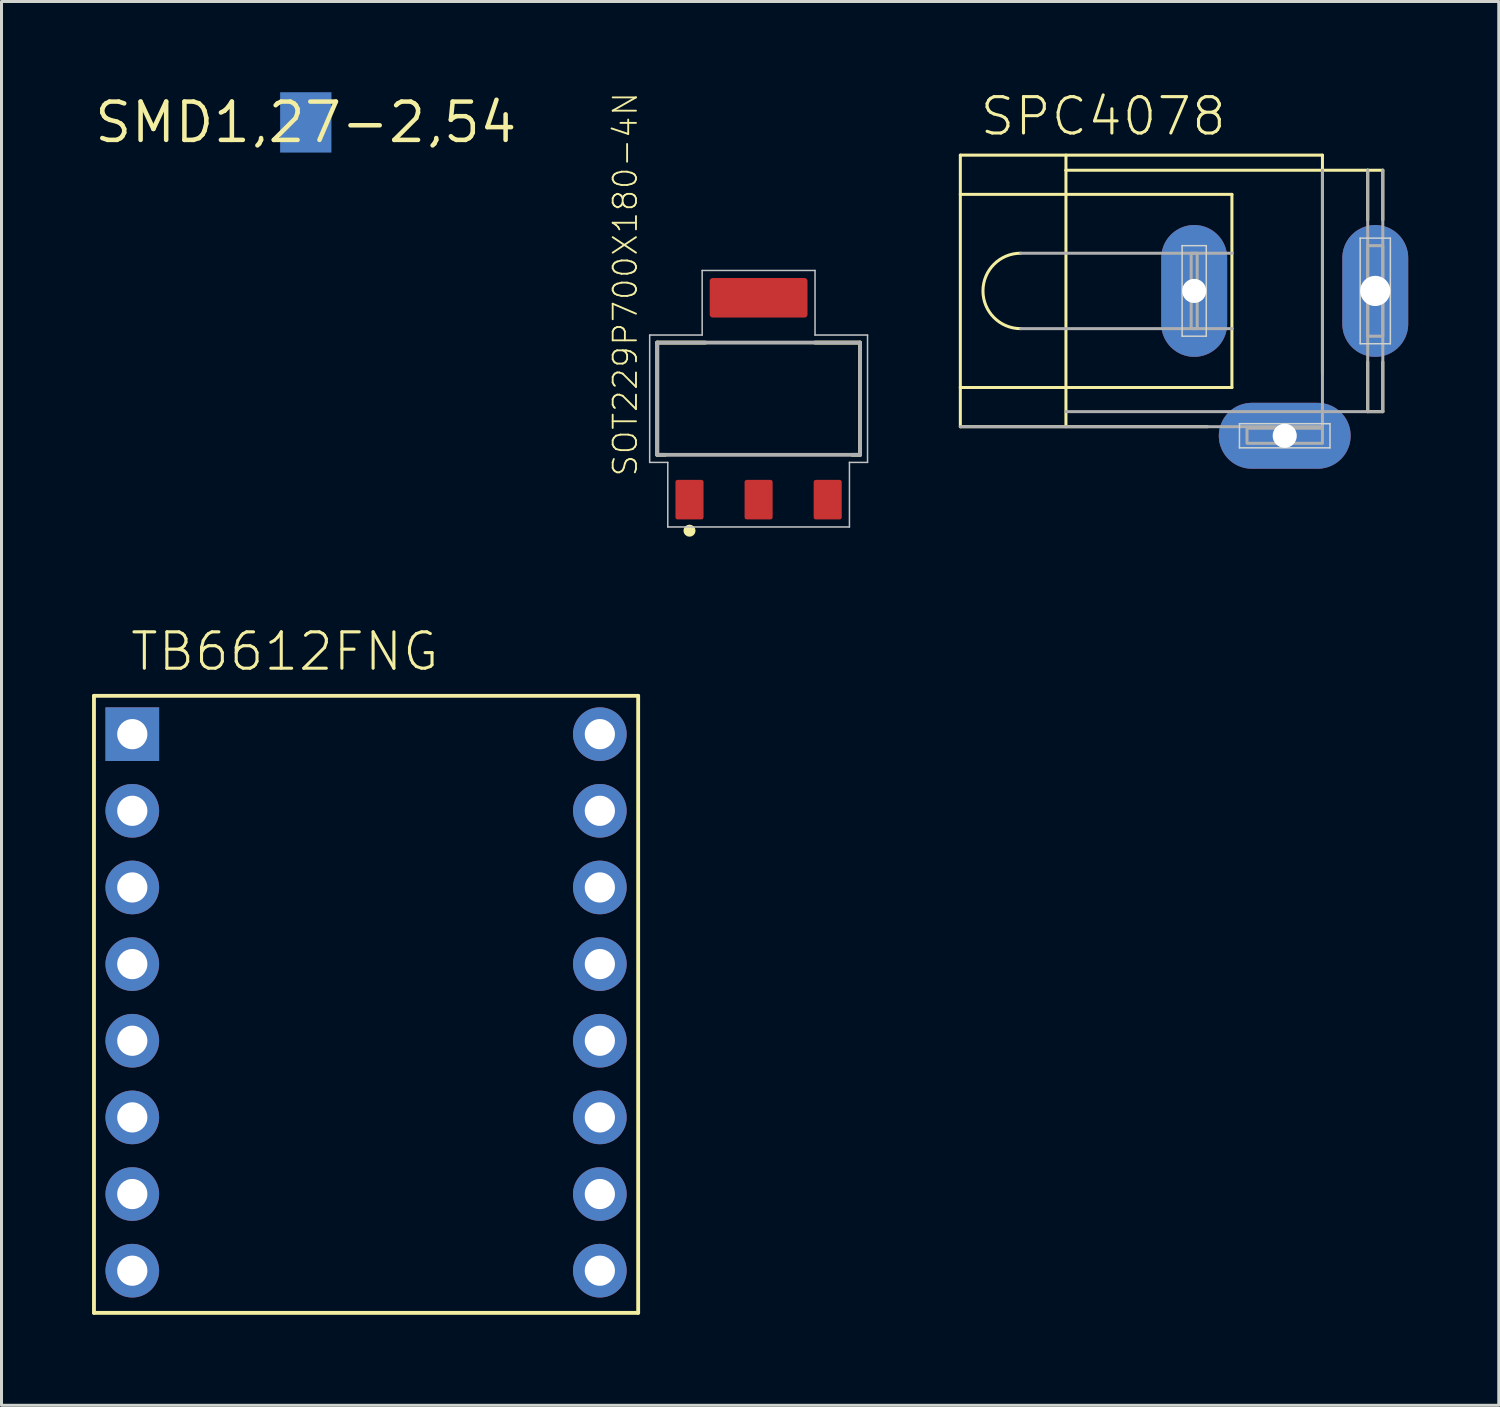
<source format=kicad_pcb>
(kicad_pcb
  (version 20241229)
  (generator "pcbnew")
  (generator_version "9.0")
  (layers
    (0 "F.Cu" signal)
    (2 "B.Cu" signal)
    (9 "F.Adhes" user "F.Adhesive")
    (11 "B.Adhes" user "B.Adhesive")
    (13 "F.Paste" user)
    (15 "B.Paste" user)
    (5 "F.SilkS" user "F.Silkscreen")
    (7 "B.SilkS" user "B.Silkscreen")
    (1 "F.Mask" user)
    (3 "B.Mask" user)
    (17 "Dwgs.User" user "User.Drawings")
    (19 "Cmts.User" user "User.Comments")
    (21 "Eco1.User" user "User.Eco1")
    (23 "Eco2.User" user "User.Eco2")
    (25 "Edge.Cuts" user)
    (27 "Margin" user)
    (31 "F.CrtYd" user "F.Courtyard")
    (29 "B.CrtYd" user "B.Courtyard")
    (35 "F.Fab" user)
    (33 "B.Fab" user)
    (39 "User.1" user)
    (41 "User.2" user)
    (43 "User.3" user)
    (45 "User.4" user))
  (footprint "SPC4078"
    (layer "F.Cu")
    (at 39.524 6.591)
    (property "Reference" "SPC4078" (at -10.16 -5.08 0) (layer "F.SilkS") (effects (font (size 1.206 1.206) (thickness 0.102)) (justify left bottom)))
    (attr through_hole)
    (fp_line (start -10.75 -4.5) (end 1.25 -4.5) (stroke (width 0.1) (type solid)) (layer "F.SilkS"))
    (fp_line (start -10.75 -3.2) (end -10.75 -4.5) (stroke (width 0.1) (type solid)) (layer "F.SilkS"))
    (fp_line (start -10.75 -3.2) (end -1.75 -3.2) (stroke (width 0.1) (type solid)) (layer "F.SilkS"))
    (fp_line (start -10.75 3.2) (end -10.75 -3.2) (stroke (width 0.1) (type solid)) (layer "F.SilkS"))
    (fp_line (start -10.75 3.2) (end -1.75 3.2) (stroke (width 0.1) (type solid)) (layer "F.SilkS"))
    (fp_line (start -10.75 4.5) (end -10.75 3.2) (stroke (width 0.1) (type solid)) (layer "F.SilkS"))
    (fp_line (start -10.75 4.5) (end -2.56 4.5) (stroke (width 0.1) (type solid)) (layer "F.SilkS"))
    (fp_line (start -7.25 -4) (end -7.25 -4.5) (stroke (width 0.1) (type solid)) (layer "F.SilkS"))
    (fp_line (start -7.25 -4) (end 1.25 -4) (stroke (width 0.1) (type solid)) (layer "F.SilkS"))
    (fp_line (start -7.25 4.5) (end -7.25 -4) (stroke (width 0.1) (type solid)) (layer "F.SilkS"))
    (fp_line (start -1.75 -1.25) (end -1.75 -3.2) (stroke (width 0.1) (type solid)) (layer "F.SilkS"))
    (fp_line (start -1.75 1.25) (end -1.75 -1.25) (stroke (width 0.1) (type solid)) (layer "F.SilkS"))
    (fp_line (start -1.75 3.2) (end -1.75 1.25) (stroke (width 0.1) (type solid)) (layer "F.SilkS"))
    (fp_line (start 1.25 -4) (end 1.25 -4.5) (stroke (width 0.1) (type solid)) (layer "F.SilkS"))
    (fp_line (start 1.25 -4) (end 2.75 -4) (stroke (width 0.1) (type solid)) (layer "F.SilkS"))
    (fp_line (start 1.25 2.73) (end 1.25 -4) (stroke (width 0.1) (type solid)) (layer "F.SilkS"))
    (fp_line (start 2.75 -4) (end 3.25 -4) (stroke (width 0.1) (type solid)) (layer "F.SilkS"))
    (fp_line (start 2.75 -2.35) (end 2.75 -4) (stroke (width 0.1) (type solid)) (layer "F.SilkS"))
    (fp_line (start 2.75 4) (end 2.75 2.35) (stroke (width 0.1) (type solid)) (layer "F.SilkS"))
    (fp_line (start 2.75 4) (end 3.25 4) (stroke (width 0.1) (type solid)) (layer "F.SilkS"))
    (fp_line (start 3.25 -2.35) (end 3.25 -4) (stroke (width 0.1) (type solid)) (layer "F.SilkS"))
    (fp_line (start 3.25 4) (end 3.25 2.35) (stroke (width 0.1) (type solid)) (layer "F.SilkS"))
    (fp_arc (start -8.75 1.25) (mid -10 0) (end -8.75 -1.25) (stroke (width 0.1) (type solid)) (layer "F.SilkS"))
    (fp_line (start -3.4 -1.5) (end -2.6 -1.5) (stroke (width 0.05) (type solid)) (layer "Edge.Cuts"))
    (fp_line (start -3.4 1.5) (end -3.4 -1.5) (stroke (width 0.05) (type solid)) (layer "Edge.Cuts"))
    (fp_line (start -2.6 -1.5) (end -2.6 1.5) (stroke (width 0.05) (type solid)) (layer "Edge.Cuts"))
    (fp_line (start -2.6 1.5) (end -3.4 1.5) (stroke (width 0.05) (type solid)) (layer "Edge.Cuts"))
    (fp_line (start -1.5 4.4) (end 1.5 4.4) (stroke (width 0.05) (type solid)) (layer "Edge.Cuts"))
    (fp_line (start -1.5 5.2) (end -1.5 4.4) (stroke (width 0.05) (type solid)) (layer "Edge.Cuts"))
    (fp_line (start 1.5 4.4) (end 1.5 5.2) (stroke (width 0.05) (type solid)) (layer "Edge.Cuts"))
    (fp_line (start 1.5 5.2) (end -1.5 5.2) (stroke (width 0.05) (type solid)) (layer "Edge.Cuts"))
    (fp_line (start 2.5 -1.75) (end 3.5 -1.75) (stroke (width 0.05) (type solid)) (layer "Edge.Cuts"))
    (fp_line (start 2.5 1.75) (end 2.5 -1.75) (stroke (width 0.05) (type solid)) (layer "Edge.Cuts"))
    (fp_line (start 3.5 -1.75) (end 3.5 1.75) (stroke (width 0.05) (type solid)) (layer "Edge.Cuts"))
    (fp_line (start 3.5 1.75) (end 2.5 1.75) (stroke (width 0.05) (type solid)) (layer "Edge.Cuts"))
    (fp_line (start -10.75 4.5) (end 1.25 4.5) (stroke (width 0.1) (type solid)) (layer "F.Fab"))
    (fp_line (start -8.75 -1.25) (end -1.75 -1.25) (stroke (width 0.1) (type solid)) (layer "F.Fab"))
    (fp_line (start -8.75 1.25) (end -1.75 1.25) (stroke (width 0.1) (type solid)) (layer "F.Fab"))
    (fp_line (start -7.25 4) (end 1.25 4) (stroke (width 0.1) (type solid)) (layer "F.Fab"))
    (fp_line (start 1.25 4) (end 1.25 -4) (stroke (width 0.1) (type solid)) (layer "F.Fab"))
    (fp_line (start 1.25 4) (end 2.75 4) (stroke (width 0.1) (type solid)) (layer "F.Fab"))
    (fp_line (start 1.25 4.5) (end 1.25 4) (stroke (width 0.1) (type solid)) (layer "F.Fab"))
    (fp_line (start 2.75 4) (end 2.75 -4) (stroke (width 0.1) (type solid)) (layer "F.Fab"))
    (fp_line (start 2.75 4) (end 3.25 4) (stroke (width 0.1) (type solid)) (layer "F.Fab"))
    (fp_line (start 3.25 4) (end 3.25 -4) (stroke (width 0.1) (type solid)) (layer "F.Fab"))
    (fp_poly (pts (xy -3.1 1.25) (xy -2.9 1.25) (xy -2.9 -1.25) (xy -3.1 -1.25)) (stroke (width 0.1) (type solid)) (fill no) (layer "F.Fab"))
    (fp_poly (pts (xy -1.25 5.05) (xy 1.25 5.05) (xy 1.25 4.55) (xy -1.25 4.55)) (stroke (width 0.1) (type solid)) (fill no) (layer "F.Fab"))
    (fp_poly (pts (xy 2.75 1.5) (xy 3.25 1.5) (xy 3.25 -1.5) (xy 2.75 -1.5)) (stroke (width 0.1) (type solid)) (fill no) (layer "F.Fab"))
    (pad "1" thru_hole oval (at -3 0 90) (size 4.369 2.184) (drill 0.8) (layers "*.Cu" "*.Mask"))
    (pad "2" thru_hole oval (at 0 4.8) (size 4.369 2.184) (drill 0.8) (layers "*.Cu" "*.Mask"))
    (pad "3" thru_hole oval (at 3 0 90) (size 4.369 2.184) (drill 1) (layers "*.Cu" "*.Mask")))
  (footprint "TB6612FNG"
    (layer "F.Cu")
    (at 8.954 27.629)
    (property "Reference" "TB6612FNG" (at -7.747 -8.382 0) (layer "F.SilkS") (effects (font (size 1.206 1.206) (thickness 0.102)) (justify left bottom)))
    (attr through_hole)
    (fp_line (start -8.89 -7.62) (end -8.89 12.827) (stroke (width 0.127) (type solid)) (layer "F.SilkS"))
    (fp_line (start -8.89 -7.62) (end 9.144 -7.62) (stroke (width 0.127) (type solid)) (layer "F.SilkS"))
    (fp_line (start -8.89 12.827) (end 9.144 12.827) (stroke (width 0.127) (type solid)) (layer "F.SilkS"))
    (fp_line (start 9.144 -7.62) (end 9.144 12.827) (stroke (width 0.127) (type solid)) (layer "F.SilkS"))
    (pad "A1" thru_hole circle (at -7.62 1.27) (size 1.778 1.778) (drill 1) (layers "*.Cu" "*.Mask"))
    (pad "A2" thru_hole circle (at -7.62 3.81) (size 1.778 1.778) (drill 1) (layers "*.Cu" "*.Mask"))
    (pad "AIN1" thru_hole circle (at 7.874 -1.27) (size 1.778 1.778) (drill 1) (layers "*.Cu" "*.Mask"))
    (pad "AIN2" thru_hole circle (at 7.874 -3.81) (size 1.778 1.778) (drill 1) (layers "*.Cu" "*.Mask"))
    (pad "B1" thru_hole circle (at -7.62 8.89) (size 1.778 1.778) (drill 1) (layers "*.Cu" "*.Mask"))
    (pad "B2" thru_hole circle (at -7.62 6.35) (size 1.778 1.778) (drill 1) (layers "*.Cu" "*.Mask"))
    (pad "BIN1" thru_hole circle (at 7.874 3.81) (size 1.778 1.778) (drill 1) (layers "*.Cu" "*.Mask"))
    (pad "BIN2" thru_hole circle (at 7.874 6.35) (size 1.778 1.778) (drill 1) (layers "*.Cu" "*.Mask"))
    (pad "GND1" thru_hole circle (at -7.62 -1.27) (size 1.778 1.778) (drill 1) (layers "*.Cu" "*.Mask"))
    (pad "GND2" thru_hole circle (at -7.62 11.43) (size 1.778 1.778) (drill 1) (layers "*.Cu" "*.Mask"))
    (pad "GND3" thru_hole circle (at 7.874 11.43) (size 1.778 1.778) (drill 1) (layers "*.Cu" "*.Mask"))
    (pad "PWMA" thru_hole circle (at 7.874 -6.35) (size 1.778 1.778) (drill 1) (layers "*.Cu" "*.Mask"))
    (pad "PWMB" thru_hole circle (at 7.874 8.89) (size 1.778 1.778) (drill 1) (layers "*.Cu" "*.Mask"))
    (pad "STBY" thru_hole circle (at 7.874 1.27) (size 1.778 1.778) (drill 1) (layers "*.Cu" "*.Mask"))
    (pad "VCC" thru_hole circle (at -7.62 -3.81) (size 1.778 1.778) (drill 1) (layers "*.Cu" "*.Mask"))
    (pad "VM" thru_hole rect (at -7.62 -6.35) (size 1.778 1.778) (drill 1) (layers "*.Cu" "*.Mask")))
  (footprint "SMD1,27-2,54"
    (layer "F.Cu")
    (at 7.083 1.006)
    (property "Reference" "SMD1,27-2,54" (at 0 0 0) (layer "F.SilkS") (effects (font (size 1.27 1.27) (thickness 0.15))))
    (attr through_hole)
    (pad "1" smd rect (at 0 0) (size 1.7 2) (layers "B.Cu" "B.Mask" "B.Paste")))
  (footprint "SOT229P700X180-4N"
    (layer "F.Cu")
    (at 22.089 10.163)
    (property "Reference" "SOT229P700X180-4N" (at -3.966 2.627 90) (layer "F.SilkS") (effects (font (size 0.772 0.772) (thickness 0.062)) (justify left bottom)))
    (attr through_hole)
    (fp_line (start -3.36 1.86) (end -3.36 -1.86) (stroke (width 0.127) (type solid)) (layer "F.SilkS"))
    (fp_line (start -3.36 1.86) (end -3.1 1.86) (stroke (width 0.127) (type solid)) (layer "F.SilkS"))
    (fp_line (start -1.76 -1.86) (end -3.36 -1.86) (stroke (width 0.127) (type solid)) (layer "F.SilkS"))
    (fp_line (start 3.11 1.86) (end 3.36 1.86) (stroke (width 0.127) (type solid)) (layer "F.SilkS"))
    (fp_line (start 3.36 -1.86) (end 1.87 -1.86) (stroke (width 0.127) (type solid)) (layer "F.SilkS"))
    (fp_line (start 3.36 1.86) (end 3.36 -1.86) (stroke (width 0.127) (type solid)) (layer "F.SilkS"))
    (fp_circle (center -2.29 4.373) (end -2.19 4.373) (stroke (width 0.2) (type solid)) (fill no) (layer "F.SilkS"))
    (fp_line (start -3.61 -2.11) (end -3.61 2.11) (stroke (width 0.05) (type solid)) (layer "Dwgs.User"))
    (fp_line (start -3.61 2.11) (end -3.01 2.11) (stroke (width 0.05) (type solid)) (layer "Dwgs.User"))
    (fp_line (start -3.01 2.11) (end -3.01 4.25) (stroke (width 0.05) (type solid)) (layer "Dwgs.User"))
    (fp_line (start -3.01 4.25) (end 3.01 4.25) (stroke (width 0.05) (type solid)) (layer "Dwgs.User"))
    (fp_line (start -1.87 -4.25) (end -1.87 -2.11) (stroke (width 0.05) (type solid)) (layer "Dwgs.User"))
    (fp_line (start -1.87 -2.11) (end -3.61 -2.11) (stroke (width 0.05) (type solid)) (layer "Dwgs.User"))
    (fp_line (start 1.87 -4.25) (end -1.87 -4.25) (stroke (width 0.05) (type solid)) (layer "Dwgs.User"))
    (fp_line (start 1.87 -2.11) (end 1.87 -4.25) (stroke (width 0.05) (type solid)) (layer "Dwgs.User"))
    (fp_line (start 3.01 2.11) (end 3.61 2.11) (stroke (width 0.05) (type solid)) (layer "Dwgs.User"))
    (fp_line (start 3.01 4.25) (end 3.01 2.11) (stroke (width 0.05) (type solid)) (layer "Dwgs.User"))
    (fp_line (start 3.61 -2.11) (end 1.87 -2.11) (stroke (width 0.05) (type solid)) (layer "Dwgs.User"))
    (fp_line (start 3.61 2.11) (end 3.61 -2.11) (stroke (width 0.05) (type solid)) (layer "Dwgs.User"))
    (fp_line (start -3.36 -1.86) (end 3.36 -1.86) (stroke (width 0.127) (type solid)) (layer "F.Fab"))
    (fp_line (start -3.36 1.86) (end -3.36 -1.86) (stroke (width 0.127) (type solid)) (layer "F.Fab"))
    (fp_line (start 3.36 -1.86) (end 3.36 1.86) (stroke (width 0.127) (type solid)) (layer "F.Fab"))
    (fp_line (start 3.36 1.86) (end -3.36 1.86) (stroke (width 0.127) (type solid)) (layer "F.Fab"))
    (pad "1" smd roundrect (at -2.29 3.345) (size 0.93 1.31) (layers "F.Cu" "F.Mask" "F.Paste") (roundrect_rratio 0.075))
    (pad "2" smd roundrect (at 0 3.345) (size 0.93 1.31) (layers "F.Cu" "F.Mask" "F.Paste") (roundrect_rratio 0.075))
    (pad "3" smd roundrect (at 2.29 3.345) (size 0.93 1.31) (layers "F.Cu" "F.Mask" "F.Paste") (roundrect_rratio 0.075))
    (pad "4" smd roundrect (at 0 -3.345) (size 3.24 1.31) (layers "F.Cu" "F.Mask" "F.Paste") (roundrect_rratio 0.075)))
  (gr_rect
    (start -3 -3)
    (end 46.617 43.52)
    (stroke (width 0.1) (type default))
    (fill no)
    (layer "Edge.Cuts")))
</source>
